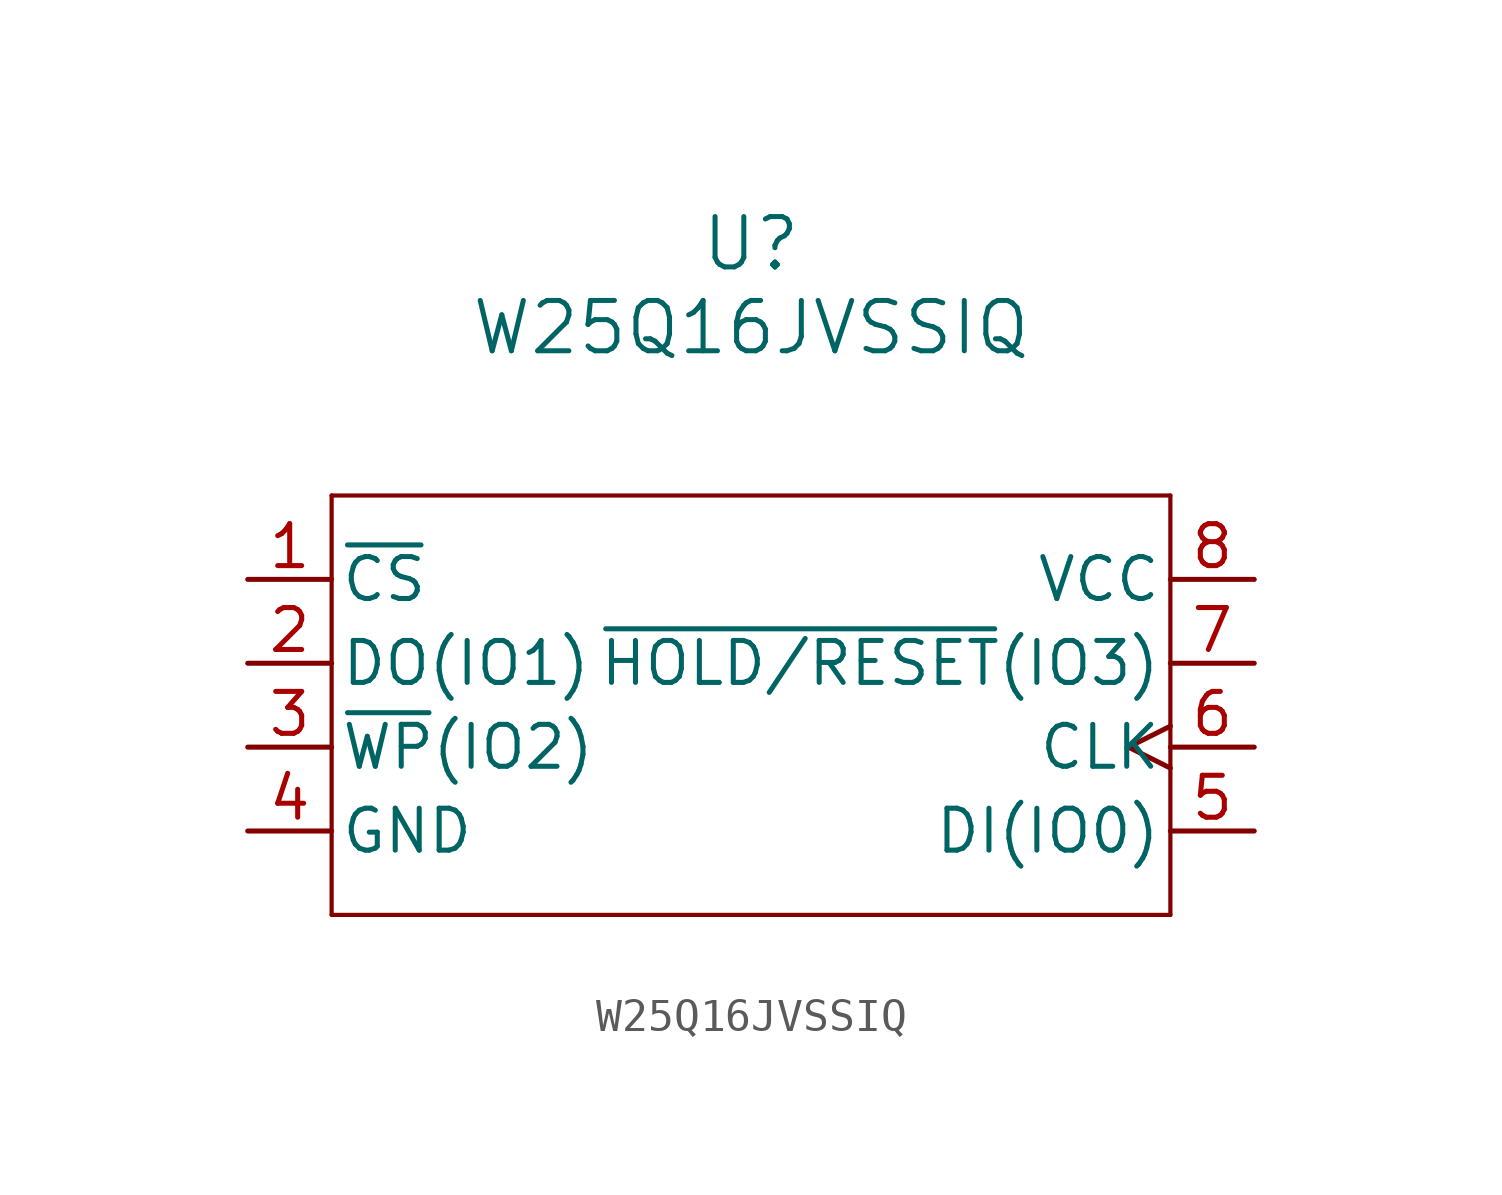
<source format=kicad_sym>
(kicad_symbol_lib
  (version 20220914)
  (generator kicad_symbol_editor)
  (symbol "W25Q16JVSSIQ"
    (pin_names
      (offset 0.254))
    (property "Reference" "U"
      (at 12.7 20.32 0)
      (effects (font (size 1.524 1.524))))
    (property "Value" "W25Q16JVSSIQ"
      (at 12.7 17.78 0)
      (effects (font (size 1.524 1.524))))
    (symbol "W25Q16JVSSIQ_0_1"
      (polyline (pts (xy 0 0) (xy 25.4 0)) (stroke (width 0.127) (type default)) (fill (type none)))
      (polyline (pts (xy 0 12.7) (xy 0 0)) (stroke (width 0.127) (type default)) (fill (type none)))
      (polyline (pts (xy 25.4 0) (xy 25.4 12.7)) (stroke (width 0.127) (type default)) (fill (type none)))
      (polyline (pts (xy 25.4 12.7) (xy 0 12.7)) (stroke (width 0.127) (type default)) (fill (type none))))
    (symbol "W25Q16JVSSIQ_1_1"
      (pin unspecified line (at -2.54 10.16 0) (length 2.54) (name "~{CS}" (effects (font (size 1.27 1.27)))) (number "1" (effects (font (size 1.27 1.27)))))
      (pin unspecified line (at -2.54 7.62 0) (length 2.54) (name "DO(IO1)" (effects (font (size 1.27 1.27)))) (number "2" (effects (font (size 1.27 1.27)))))
      (pin unspecified line (at -2.54 5.08 0) (length 2.54) (name "~{WP}(IO2)" (effects (font (size 1.27 1.27)))) (number "3" (effects (font (size 1.27 1.27)))))
      (pin unspecified line (at -2.54 2.54 0) (length 2.54) (name "GND" (effects (font (size 1.27 1.27)))) (number "4" (effects (font (size 1.27 1.27)))))
      (pin unspecified line (at 27.94 2.54 180) (length 2.54) (name "DI(IO0)" (effects (font (size 1.27 1.27)))) (number "5" (effects (font (size 1.27 1.27)))))
      (pin unspecified clock (at 27.94 5.08 180) (length 2.54) (name "CLK" (effects (font (size 1.27 1.27)))) (number "6" (effects (font (size 1.27 1.27)))))
      (pin unspecified line (at 27.94 7.62 180) (length 2.54) (name "~{HOLD/RESET}(IO3)" (effects (font (size 1.27 1.27)))) (number "7" (effects (font (size 1.27 1.27)))))
      (pin unspecified line (at 27.94 10.16 180) (length 2.54) (name "VCC" (effects (font (size 1.27 1.27)))) (number "8" (effects (font (size 1.27 1.27))))))))
</source>
